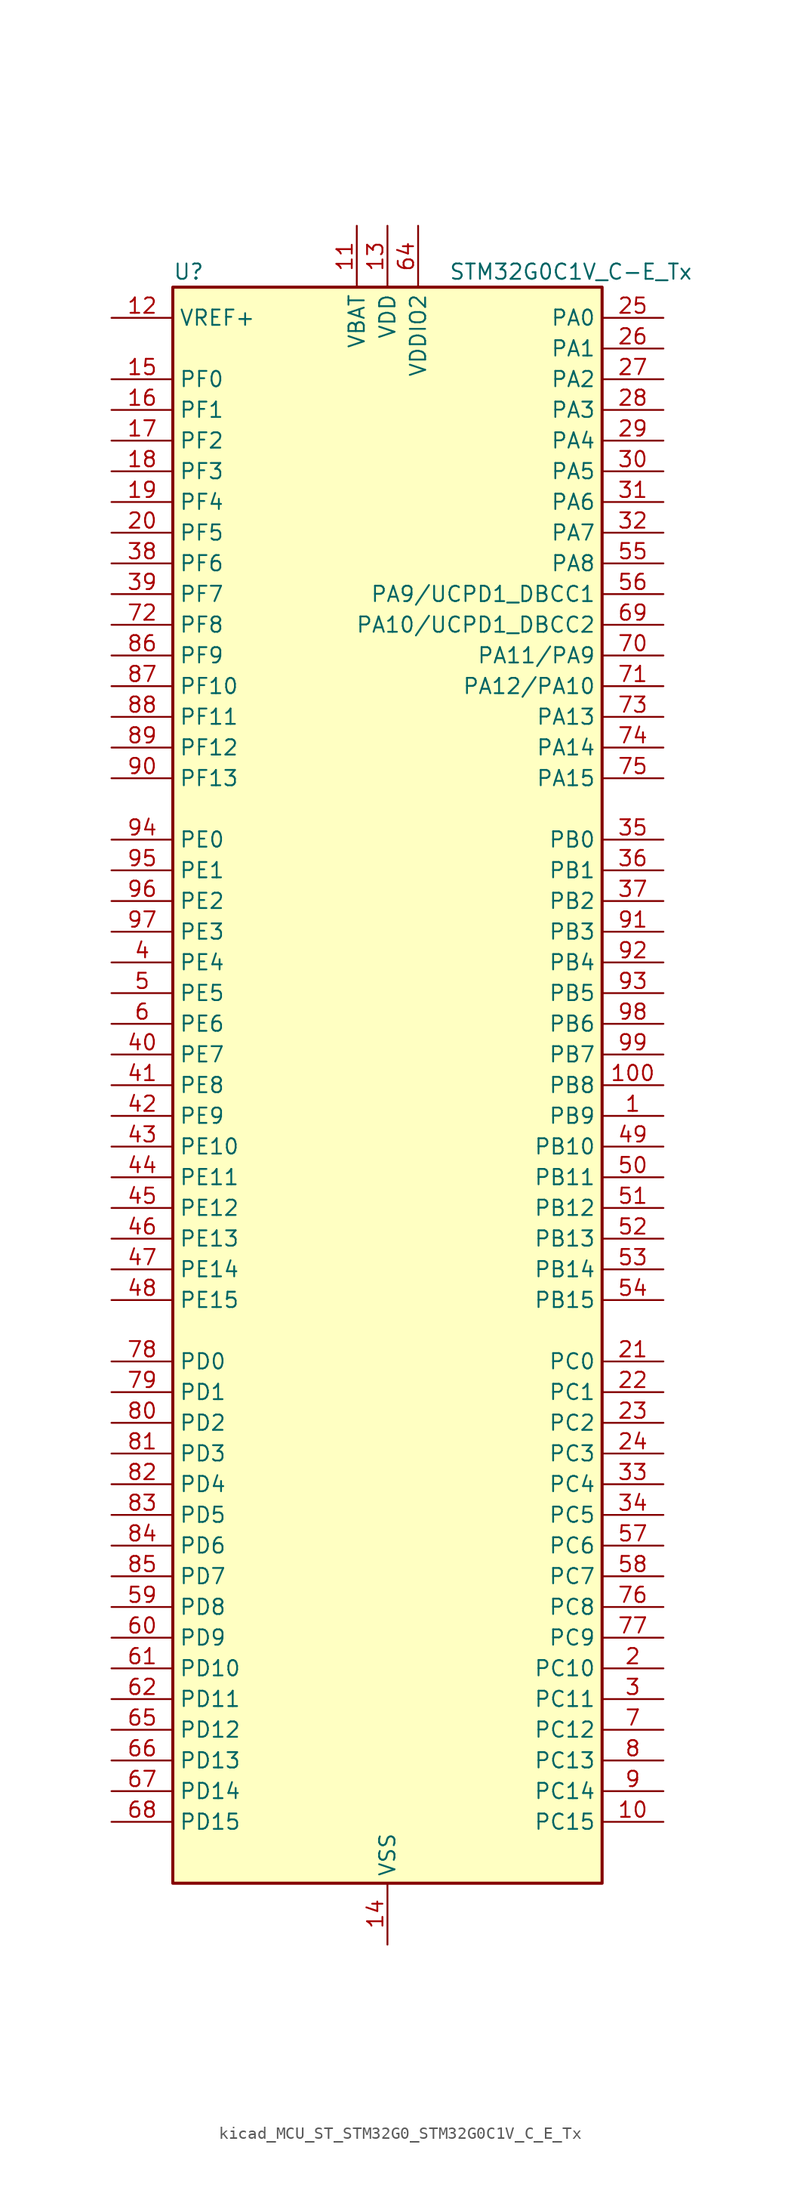
<source format=kicad_sym>
(kicad_symbol_lib
  (version 20220914)
  (generator kicad_symbol_editor)
  (symbol "kicad_MCU_ST_STM32G0_STM32G0C1V_C_E_Tx"
    (property "Reference" "U"
      (at -17.78 67.31 0)
      (effects (font (size 1.27 1.27)) (justify left)))
    (property "Value" "STM32G0C1V_C-E_Tx"
      (at 5.08 67.31 0)
      (effects (font (size 1.27 1.27)) (justify left)))
    (property "ki_locked" ""
      (at 0 0 0)
      (effects (font (size 1.27 1.27))))
    (symbol "kicad_MCU_ST_STM32G0_STM32G0C1V_C_E_Tx_0_1"
      (rectangle (start -17.78 -66.04) (end 17.78 66.04) (stroke (width 0.254) (type default)) (fill (type background))))
    (symbol "kicad_MCU_ST_STM32G0_STM32G0C1V_C_E_Tx_1_1"
      (pin bidirectional line (at 22.86 -2.54 180) (length 5.08) (name "PB9" (effects (font (size 1.27 1.27)))) (number "1" (effects (font (size 1.27 1.27)))) (alternate "DAC1_EXTI9" bidirectional line) (alternate "FDCAN1_TX" bidirectional line) (alternate "I2C1_SDA" bidirectional line) (alternate "I2S2_WS" bidirectional line) (alternate "IR_OUT" bidirectional line) (alternate "SPI2_NSS" bidirectional line) (alternate "TIM17_CH1" bidirectional line) (alternate "TIM4_CH4" bidirectional line) (alternate "UCPD2_FRSTX1" bidirectional line) (alternate "UCPD2_FRSTX2" bidirectional line) (alternate "USART3_RX" bidirectional line) (alternate "USART6_RX" bidirectional line))
      (pin bidirectional line (at 22.86 -60.96 180) (length 5.08) (name "PC15" (effects (font (size 1.27 1.27)))) (number "10" (effects (font (size 1.27 1.27)))) (alternate "RCC_OSC32_EN" bidirectional line) (alternate "RCC_OSC32_OUT" bidirectional line) (alternate "RCC_OSC_EN" bidirectional line) (alternate "TIM15_BK" bidirectional line))
      (pin bidirectional line (at 22.86 0 180) (length 5.08) (name "PB8" (effects (font (size 1.27 1.27)))) (number "100" (effects (font (size 1.27 1.27)))) (alternate "CEC" bidirectional line) (alternate "FDCAN1_RX" bidirectional line) (alternate "I2C1_SCL" bidirectional line) (alternate "I2S2_CK" bidirectional line) (alternate "SPI2_SCK" bidirectional line) (alternate "TIM15_BK" bidirectional line) (alternate "TIM16_CH1" bidirectional line) (alternate "TIM4_CH3" bidirectional line) (alternate "USART3_TX" bidirectional line) (alternate "USART6_TX" bidirectional line))
      (pin power_in line (at -2.54 71.12 270) (length 5.08) (name "VBAT" (effects (font (size 1.27 1.27)))) (number "11" (effects (font (size 1.27 1.27)))))
      (pin input line (at -22.86 63.5 0) (length 5.08) (name "VREF+" (effects (font (size 1.27 1.27)))) (number "12" (effects (font (size 1.27 1.27)))) (alternate "VREFBUF_OUT" bidirectional line))
      (pin power_in line (at 0 71.12 270) (length 5.08) (name "VDD" (effects (font (size 1.27 1.27)))) (number "13" (effects (font (size 1.27 1.27)))))
      (pin power_in line (at 0 -71.12 90) (length 5.08) (name "VSS" (effects (font (size 1.27 1.27)))) (number "14" (effects (font (size 1.27 1.27)))))
      (pin bidirectional line (at -22.86 58.42 0) (length 5.08) (name "PF0" (effects (font (size 1.27 1.27)))) (number "15" (effects (font (size 1.27 1.27)))) (alternate "CRS1_SYNC" bidirectional line) (alternate "RCC_OSC_IN" bidirectional line) (alternate "TIM14_CH1" bidirectional line))
      (pin bidirectional line (at -22.86 55.88 0) (length 5.08) (name "PF1" (effects (font (size 1.27 1.27)))) (number "16" (effects (font (size 1.27 1.27)))) (alternate "RCC_OSC_EN" bidirectional line) (alternate "RCC_OSC_OUT" bidirectional line) (alternate "TIM15_CH1N" bidirectional line))
      (pin bidirectional line (at -22.86 53.34 0) (length 5.08) (name "PF2" (effects (font (size 1.27 1.27)))) (number "17" (effects (font (size 1.27 1.27)))) (alternate "LPUART2_DE" bidirectional line) (alternate "LPUART2_RTS" bidirectional line) (alternate "LPUART2_TX" bidirectional line) (alternate "RCC_MCO" bidirectional line))
      (pin bidirectional line (at -22.86 50.8 0) (length 5.08) (name "PF3" (effects (font (size 1.27 1.27)))) (number "18" (effects (font (size 1.27 1.27)))) (alternate "LPUART2_RX" bidirectional line) (alternate "USART6_CK" bidirectional line) (alternate "USART6_DE" bidirectional line) (alternate "USART6_RTS" bidirectional line))
      (pin bidirectional line (at -22.86 48.26 0) (length 5.08) (name "PF4" (effects (font (size 1.27 1.27)))) (number "19" (effects (font (size 1.27 1.27)))) (alternate "LPUART1_TX" bidirectional line))
      (pin bidirectional line (at 22.86 -48.26 180) (length 5.08) (name "PC10" (effects (font (size 1.27 1.27)))) (number "2" (effects (font (size 1.27 1.27)))) (alternate "SPI3_SCK" bidirectional line) (alternate "TIM1_CH3" bidirectional line) (alternate "USART3_TX" bidirectional line) (alternate "USART4_TX" bidirectional line))
      (pin bidirectional line (at -22.86 45.72 0) (length 5.08) (name "PF5" (effects (font (size 1.27 1.27)))) (number "20" (effects (font (size 1.27 1.27)))) (alternate "LPUART1_RX" bidirectional line))
      (pin bidirectional line (at 22.86 -22.86 180) (length 5.08) (name "PC0" (effects (font (size 1.27 1.27)))) (number "21" (effects (font (size 1.27 1.27)))) (alternate "COMP3_INM" bidirectional line) (alternate "COMP3_OUT" bidirectional line) (alternate "I2C3_SCL" bidirectional line) (alternate "LPTIM1_IN1" bidirectional line) (alternate "LPTIM2_IN1" bidirectional line) (alternate "LPUART1_RX" bidirectional line) (alternate "LPUART2_TX" bidirectional line) (alternate "USART6_TX" bidirectional line))
      (pin bidirectional line (at 22.86 -25.4 180) (length 5.08) (name "PC1" (effects (font (size 1.27 1.27)))) (number "22" (effects (font (size 1.27 1.27)))) (alternate "COMP3_INP" bidirectional line) (alternate "I2C3_SDA" bidirectional line) (alternate "LPTIM1_OUT" bidirectional line) (alternate "LPUART1_TX" bidirectional line) (alternate "LPUART2_RX" bidirectional line) (alternate "TIM15_CH1" bidirectional line) (alternate "USART6_RX" bidirectional line))
      (pin bidirectional line (at 22.86 -27.94 180) (length 5.08) (name "PC2" (effects (font (size 1.27 1.27)))) (number "23" (effects (font (size 1.27 1.27)))) (alternate "COMP3_OUT" bidirectional line) (alternate "FDCAN2_RX" bidirectional line) (alternate "I2S2_MCK" bidirectional line) (alternate "LPTIM1_IN2" bidirectional line) (alternate "SPI2_MISO" bidirectional line) (alternate "TIM15_CH2" bidirectional line))
      (pin bidirectional line (at 22.86 -30.48 180) (length 5.08) (name "PC3" (effects (font (size 1.27 1.27)))) (number "24" (effects (font (size 1.27 1.27)))) (alternate "FDCAN2_TX" bidirectional line) (alternate "I2S2_SD" bidirectional line) (alternate "LPTIM1_ETR" bidirectional line) (alternate "LPTIM2_ETR" bidirectional line) (alternate "SPI2_MOSI" bidirectional line))
      (pin bidirectional line (at 22.86 63.5 180) (length 5.08) (name "PA0" (effects (font (size 1.27 1.27)))) (number "25" (effects (font (size 1.27 1.27)))) (alternate "ADC1_IN0" bidirectional line) (alternate "COMP1_INM" bidirectional line) (alternate "COMP1_OUT" bidirectional line) (alternate "I2S2_CK" bidirectional line) (alternate "LPTIM1_OUT" bidirectional line) (alternate "RTC_TAMP_IN2" bidirectional line) (alternate "SPI2_SCK" bidirectional line) (alternate "SYS_WKUP1" bidirectional line) (alternate "TIM2_CH1" bidirectional line) (alternate "TIM2_ETR" bidirectional line) (alternate "UCPD2_FRSTX1" bidirectional line) (alternate "UCPD2_FRSTX2" bidirectional line) (alternate "USART2_CTS" bidirectional line) (alternate "USART2_NSS" bidirectional line) (alternate "USART4_TX" bidirectional line))
      (pin bidirectional line (at 22.86 60.96 180) (length 5.08) (name "PA1" (effects (font (size 1.27 1.27)))) (number "26" (effects (font (size 1.27 1.27)))) (alternate "ADC1_IN1" bidirectional line) (alternate "COMP1_INP" bidirectional line) (alternate "I2C1_SMBA" bidirectional line) (alternate "I2S1_CK" bidirectional line) (alternate "SPI1_SCK" bidirectional line) (alternate "TIM15_CH1N" bidirectional line) (alternate "TIM2_CH2" bidirectional line) (alternate "USART2_CK" bidirectional line) (alternate "USART2_DE" bidirectional line) (alternate "USART2_RTS" bidirectional line) (alternate "USART4_RX" bidirectional line))
      (pin bidirectional line (at 22.86 58.42 180) (length 5.08) (name "PA2" (effects (font (size 1.27 1.27)))) (number "27" (effects (font (size 1.27 1.27)))) (alternate "ADC1_IN2" bidirectional line) (alternate "COMP2_INM" bidirectional line) (alternate "COMP2_OUT" bidirectional line) (alternate "I2S1_SD" bidirectional line) (alternate "LPUART1_TX" bidirectional line) (alternate "RCC_LSCO" bidirectional line) (alternate "SPI1_MOSI" bidirectional line) (alternate "SYS_WKUP4" bidirectional line) (alternate "TIM15_CH1" bidirectional line) (alternate "TIM2_CH3" bidirectional line) (alternate "UCPD1_FRSTX1" bidirectional line) (alternate "UCPD1_FRSTX2" bidirectional line) (alternate "USART2_TX" bidirectional line))
      (pin bidirectional line (at 22.86 55.88 180) (length 5.08) (name "PA3" (effects (font (size 1.27 1.27)))) (number "28" (effects (font (size 1.27 1.27)))) (alternate "ADC1_IN3" bidirectional line) (alternate "COMP2_INP" bidirectional line) (alternate "I2S2_MCK" bidirectional line) (alternate "LPUART1_RX" bidirectional line) (alternate "SPI2_MISO" bidirectional line) (alternate "TIM15_CH2" bidirectional line) (alternate "TIM2_CH4" bidirectional line) (alternate "UCPD2_FRSTX1" bidirectional line) (alternate "UCPD2_FRSTX2" bidirectional line) (alternate "USART2_RX" bidirectional line))
      (pin bidirectional line (at 22.86 53.34 180) (length 5.08) (name "PA4" (effects (font (size 1.27 1.27)))) (number "29" (effects (font (size 1.27 1.27)))) (alternate "ADC1_IN4" bidirectional line) (alternate "DAC1_OUT1" bidirectional line) (alternate "I2S1_WS" bidirectional line) (alternate "I2S2_SD" bidirectional line) (alternate "LPTIM2_OUT" bidirectional line) (alternate "RTC_OUT2" bidirectional line) (alternate "SPI1_NSS" bidirectional line) (alternate "SPI2_MOSI" bidirectional line) (alternate "SPI3_NSS" bidirectional line) (alternate "TIM14_CH1" bidirectional line) (alternate "UCPD2_FRSTX1" bidirectional line) (alternate "UCPD2_FRSTX2" bidirectional line) (alternate "USART6_TX" bidirectional line) (alternate "USB_NOE" bidirectional line))
      (pin bidirectional line (at 22.86 -50.8 180) (length 5.08) (name "PC11" (effects (font (size 1.27 1.27)))) (number "3" (effects (font (size 1.27 1.27)))) (alternate "ADC1_EXTI11" bidirectional line) (alternate "SPI3_MISO" bidirectional line) (alternate "TIM1_CH4" bidirectional line) (alternate "USART3_RX" bidirectional line) (alternate "USART4_RX" bidirectional line))
      (pin bidirectional line (at 22.86 50.8 180) (length 5.08) (name "PA5" (effects (font (size 1.27 1.27)))) (number "30" (effects (font (size 1.27 1.27)))) (alternate "ADC1_IN5" bidirectional line) (alternate "CEC" bidirectional line) (alternate "DAC1_OUT2" bidirectional line) (alternate "I2S1_CK" bidirectional line) (alternate "LPTIM2_ETR" bidirectional line) (alternate "SPI1_SCK" bidirectional line) (alternate "TIM2_CH1" bidirectional line) (alternate "TIM2_ETR" bidirectional line) (alternate "UCPD1_FRSTX1" bidirectional line) (alternate "UCPD1_FRSTX2" bidirectional line) (alternate "USART3_TX" bidirectional line) (alternate "USART6_RX" bidirectional line))
      (pin bidirectional line (at 22.86 48.26 180) (length 5.08) (name "PA6" (effects (font (size 1.27 1.27)))) (number "31" (effects (font (size 1.27 1.27)))) (alternate "ADC1_IN6" bidirectional line) (alternate "COMP1_OUT" bidirectional line) (alternate "I2C2_SDA" bidirectional line) (alternate "I2C3_SDA" bidirectional line) (alternate "I2S1_MCK" bidirectional line) (alternate "LPUART1_CTS" bidirectional line) (alternate "SPI1_MISO" bidirectional line) (alternate "TIM16_CH1" bidirectional line) (alternate "TIM1_BK" bidirectional line) (alternate "TIM3_CH1" bidirectional line) (alternate "USART3_CTS" bidirectional line) (alternate "USART3_NSS" bidirectional line) (alternate "USART6_CTS" bidirectional line) (alternate "USART6_NSS" bidirectional line))
      (pin bidirectional line (at 22.86 45.72 180) (length 5.08) (name "PA7" (effects (font (size 1.27 1.27)))) (number "32" (effects (font (size 1.27 1.27)))) (alternate "ADC1_IN7" bidirectional line) (alternate "COMP2_OUT" bidirectional line) (alternate "I2C2_SCL" bidirectional line) (alternate "I2C3_SCL" bidirectional line) (alternate "I2S1_SD" bidirectional line) (alternate "SPI1_MOSI" bidirectional line) (alternate "TIM14_CH1" bidirectional line) (alternate "TIM17_CH1" bidirectional line) (alternate "TIM1_CH1N" bidirectional line) (alternate "TIM3_CH2" bidirectional line) (alternate "UCPD1_FRSTX1" bidirectional line) (alternate "UCPD1_FRSTX2" bidirectional line) (alternate "USART6_CK" bidirectional line) (alternate "USART6_DE" bidirectional line) (alternate "USART6_RTS" bidirectional line))
      (pin bidirectional line (at 22.86 -33.02 180) (length 5.08) (name "PC4" (effects (font (size 1.27 1.27)))) (number "33" (effects (font (size 1.27 1.27)))) (alternate "ADC1_IN17" bidirectional line) (alternate "COMP1_INM" bidirectional line) (alternate "FDCAN1_RX" bidirectional line) (alternate "TIM2_CH1" bidirectional line) (alternate "TIM2_ETR" bidirectional line) (alternate "USART1_TX" bidirectional line) (alternate "USART3_TX" bidirectional line))
      (pin bidirectional line (at 22.86 -35.56 180) (length 5.08) (name "PC5" (effects (font (size 1.27 1.27)))) (number "34" (effects (font (size 1.27 1.27)))) (alternate "ADC1_IN18" bidirectional line) (alternate "COMP1_INP" bidirectional line) (alternate "FDCAN1_TX" bidirectional line) (alternate "SYS_WKUP5" bidirectional line) (alternate "TIM2_CH2" bidirectional line) (alternate "USART1_RX" bidirectional line) (alternate "USART3_RX" bidirectional line))
      (pin bidirectional line (at 22.86 20.32 180) (length 5.08) (name "PB0" (effects (font (size 1.27 1.27)))) (number "35" (effects (font (size 1.27 1.27)))) (alternate "ADC1_IN8" bidirectional line) (alternate "COMP1_OUT" bidirectional line) (alternate "COMP3_INP" bidirectional line) (alternate "FDCAN2_RX" bidirectional line) (alternate "I2S1_WS" bidirectional line) (alternate "LPTIM1_OUT" bidirectional line) (alternate "LPUART2_CTS" bidirectional line) (alternate "SPI1_NSS" bidirectional line) (alternate "TIM1_CH2N" bidirectional line) (alternate "TIM3_CH3" bidirectional line) (alternate "UCPD1_FRSTX1" bidirectional line) (alternate "UCPD1_FRSTX2" bidirectional line) (alternate "USART3_RX" bidirectional line) (alternate "USART5_TX" bidirectional line))
      (pin bidirectional line (at 22.86 17.78 180) (length 5.08) (name "PB1" (effects (font (size 1.27 1.27)))) (number "36" (effects (font (size 1.27 1.27)))) (alternate "ADC1_IN9" bidirectional line) (alternate "COMP1_INM" bidirectional line) (alternate "COMP3_OUT" bidirectional line) (alternate "FDCAN2_TX" bidirectional line) (alternate "LPTIM2_IN1" bidirectional line) (alternate "LPUART1_DE" bidirectional line) (alternate "LPUART1_RTS" bidirectional line) (alternate "LPUART2_DE" bidirectional line) (alternate "LPUART2_RTS" bidirectional line) (alternate "TIM14_CH1" bidirectional line) (alternate "TIM1_CH3N" bidirectional line) (alternate "TIM3_CH4" bidirectional line) (alternate "USART3_CK" bidirectional line) (alternate "USART3_DE" bidirectional line) (alternate "USART3_RTS" bidirectional line) (alternate "USART5_RX" bidirectional line))
      (pin bidirectional line (at 22.86 15.24 180) (length 5.08) (name "PB2" (effects (font (size 1.27 1.27)))) (number "37" (effects (font (size 1.27 1.27)))) (alternate "ADC1_IN10" bidirectional line) (alternate "COMP1_INP" bidirectional line) (alternate "COMP3_INM" bidirectional line) (alternate "I2S2_MCK" bidirectional line) (alternate "LPTIM1_OUT" bidirectional line) (alternate "RCC_MCO_2" bidirectional line) (alternate "SPI2_MISO" bidirectional line) (alternate "USART3_TX" bidirectional line))
      (pin bidirectional line (at -22.86 43.18 0) (length 5.08) (name "PF6" (effects (font (size 1.27 1.27)))) (number "38" (effects (font (size 1.27 1.27)))) (alternate "LPUART1_DE" bidirectional line) (alternate "LPUART1_RTS" bidirectional line))
      (pin bidirectional line (at -22.86 40.64 0) (length 5.08) (name "PF7" (effects (font (size 1.27 1.27)))) (number "39" (effects (font (size 1.27 1.27)))) (alternate "LPUART1_CTS" bidirectional line) (alternate "USART5_CTS" bidirectional line) (alternate "USART5_NSS" bidirectional line))
      (pin bidirectional line (at -22.86 10.16 0) (length 5.08) (name "PE4" (effects (font (size 1.27 1.27)))) (number "4" (effects (font (size 1.27 1.27)))) (alternate "TIM3_CH2" bidirectional line))
      (pin bidirectional line (at -22.86 2.54 0) (length 5.08) (name "PE7" (effects (font (size 1.27 1.27)))) (number "40" (effects (font (size 1.27 1.27)))) (alternate "COMP3_INP" bidirectional line) (alternate "TIM1_ETR" bidirectional line) (alternate "USART5_CK" bidirectional line) (alternate "USART5_DE" bidirectional line) (alternate "USART5_RTS" bidirectional line))
      (pin bidirectional line (at -22.86 0 0) (length 5.08) (name "PE8" (effects (font (size 1.27 1.27)))) (number "41" (effects (font (size 1.27 1.27)))) (alternate "COMP3_INM" bidirectional line) (alternate "TIM1_CH1N" bidirectional line) (alternate "USART4_TX" bidirectional line))
      (pin bidirectional line (at -22.86 -2.54 0) (length 5.08) (name "PE9" (effects (font (size 1.27 1.27)))) (number "42" (effects (font (size 1.27 1.27)))) (alternate "DAC1_EXTI9" bidirectional line) (alternate "TIM1_CH1" bidirectional line) (alternate "USART4_RX" bidirectional line))
      (pin bidirectional line (at -22.86 -5.08 0) (length 5.08) (name "PE10" (effects (font (size 1.27 1.27)))) (number "43" (effects (font (size 1.27 1.27)))) (alternate "TIM1_CH2N" bidirectional line) (alternate "USART5_TX" bidirectional line))
      (pin bidirectional line (at -22.86 -7.62 0) (length 5.08) (name "PE11" (effects (font (size 1.27 1.27)))) (number "44" (effects (font (size 1.27 1.27)))) (alternate "ADC1_EXTI11" bidirectional line) (alternate "TIM1_CH2" bidirectional line) (alternate "USART5_RX" bidirectional line))
      (pin bidirectional line (at -22.86 -10.16 0) (length 5.08) (name "PE12" (effects (font (size 1.27 1.27)))) (number "45" (effects (font (size 1.27 1.27)))) (alternate "I2S1_WS" bidirectional line) (alternate "SPI1_NSS" bidirectional line) (alternate "TIM1_CH3N" bidirectional line))
      (pin bidirectional line (at -22.86 -12.7 0) (length 5.08) (name "PE13" (effects (font (size 1.27 1.27)))) (number "46" (effects (font (size 1.27 1.27)))) (alternate "I2S1_CK" bidirectional line) (alternate "SPI1_SCK" bidirectional line) (alternate "TIM1_CH3" bidirectional line))
      (pin bidirectional line (at -22.86 -15.24 0) (length 5.08) (name "PE14" (effects (font (size 1.27 1.27)))) (number "47" (effects (font (size 1.27 1.27)))) (alternate "I2S1_MCK" bidirectional line) (alternate "SPI1_MISO" bidirectional line) (alternate "TIM1_BK2" bidirectional line) (alternate "TIM1_CH4" bidirectional line))
      (pin bidirectional line (at -22.86 -17.78 0) (length 5.08) (name "PE15" (effects (font (size 1.27 1.27)))) (number "48" (effects (font (size 1.27 1.27)))) (alternate "I2S1_SD" bidirectional line) (alternate "SPI1_MOSI" bidirectional line) (alternate "TIM1_BK" bidirectional line))
      (pin bidirectional line (at 22.86 -5.08 180) (length 5.08) (name "PB10" (effects (font (size 1.27 1.27)))) (number "49" (effects (font (size 1.27 1.27)))) (alternate "ADC1_IN11" bidirectional line) (alternate "CEC" bidirectional line) (alternate "COMP1_OUT" bidirectional line) (alternate "I2C2_SCL" bidirectional line) (alternate "I2S2_CK" bidirectional line) (alternate "LPUART1_RX" bidirectional line) (alternate "SPI2_SCK" bidirectional line) (alternate "TIM2_CH3" bidirectional line) (alternate "USART3_TX" bidirectional line))
      (pin bidirectional line (at -22.86 7.62 0) (length 5.08) (name "PE5" (effects (font (size 1.27 1.27)))) (number "5" (effects (font (size 1.27 1.27)))) (alternate "TIM3_CH3" bidirectional line))
      (pin bidirectional line (at 22.86 -7.62 180) (length 5.08) (name "PB11" (effects (font (size 1.27 1.27)))) (number "50" (effects (font (size 1.27 1.27)))) (alternate "ADC1_EXTI11" bidirectional line) (alternate "ADC1_IN15" bidirectional line) (alternate "COMP2_OUT" bidirectional line) (alternate "I2C2_SDA" bidirectional line) (alternate "I2S2_SD" bidirectional line) (alternate "LPUART1_TX" bidirectional line) (alternate "SPI2_MOSI" bidirectional line) (alternate "TIM2_CH4" bidirectional line) (alternate "USART3_RX" bidirectional line))
      (pin bidirectional line (at 22.86 -10.16 180) (length 5.08) (name "PB12" (effects (font (size 1.27 1.27)))) (number "51" (effects (font (size 1.27 1.27)))) (alternate "ADC1_IN16" bidirectional line) (alternate "FDCAN2_RX" bidirectional line) (alternate "I2C2_SMBA" bidirectional line) (alternate "I2S2_WS" bidirectional line) (alternate "LPUART1_DE" bidirectional line) (alternate "LPUART1_RTS" bidirectional line) (alternate "SPI2_NSS" bidirectional line) (alternate "TIM15_BK" bidirectional line) (alternate "TIM1_BK" bidirectional line) (alternate "UCPD2_FRSTX1" bidirectional line) (alternate "UCPD2_FRSTX2" bidirectional line))
      (pin bidirectional line (at 22.86 -12.7 180) (length 5.08) (name "PB13" (effects (font (size 1.27 1.27)))) (number "52" (effects (font (size 1.27 1.27)))) (alternate "FDCAN2_TX" bidirectional line) (alternate "I2C2_SCL" bidirectional line) (alternate "I2S2_CK" bidirectional line) (alternate "LPUART1_CTS" bidirectional line) (alternate "SPI2_SCK" bidirectional line) (alternate "TIM15_CH1N" bidirectional line) (alternate "TIM1_CH1N" bidirectional line) (alternate "USART3_CTS" bidirectional line) (alternate "USART3_NSS" bidirectional line))
      (pin bidirectional line (at 22.86 -15.24 180) (length 5.08) (name "PB14" (effects (font (size 1.27 1.27)))) (number "53" (effects (font (size 1.27 1.27)))) (alternate "I2C2_SDA" bidirectional line) (alternate "I2S2_MCK" bidirectional line) (alternate "SPI2_MISO" bidirectional line) (alternate "TIM15_CH1" bidirectional line) (alternate "TIM1_CH2N" bidirectional line) (alternate "UCPD1_FRSTX1" bidirectional line) (alternate "UCPD1_FRSTX2" bidirectional line) (alternate "USART3_CK" bidirectional line) (alternate "USART3_DE" bidirectional line) (alternate "USART3_RTS" bidirectional line) (alternate "USART6_CK" bidirectional line) (alternate "USART6_DE" bidirectional line) (alternate "USART6_RTS" bidirectional line))
      (pin bidirectional line (at 22.86 -17.78 180) (length 5.08) (name "PB15" (effects (font (size 1.27 1.27)))) (number "54" (effects (font (size 1.27 1.27)))) (alternate "I2S2_SD" bidirectional line) (alternate "RTC_REFIN" bidirectional line) (alternate "SPI2_MOSI" bidirectional line) (alternate "TIM15_CH1N" bidirectional line) (alternate "TIM15_CH2" bidirectional line) (alternate "TIM1_CH3N" bidirectional line) (alternate "UCPD1_CC2" bidirectional line) (alternate "USART6_CTS" bidirectional line) (alternate "USART6_NSS" bidirectional line))
      (pin bidirectional line (at 22.86 43.18 180) (length 5.08) (name "PA8" (effects (font (size 1.27 1.27)))) (number "55" (effects (font (size 1.27 1.27)))) (alternate "CRS1_SYNC" bidirectional line) (alternate "I2C2_SMBA" bidirectional line) (alternate "I2S2_WS" bidirectional line) (alternate "LPTIM2_OUT" bidirectional line) (alternate "RCC_MCO" bidirectional line) (alternate "SPI2_NSS" bidirectional line) (alternate "TIM1_CH1" bidirectional line) (alternate "UCPD1_CC1" bidirectional line))
      (pin bidirectional line (at 22.86 40.64 180) (length 5.08) (name "PA9/UCPD1_DBCC1" (effects (font (size 1.27 1.27)))) (number "56" (effects (font (size 1.27 1.27)))) (alternate "DAC1_EXTI9" bidirectional line) (alternate "I2C1_SCL" bidirectional line) (alternate "I2C2_SCL" bidirectional line) (alternate "I2S2_MCK" bidirectional line) (alternate "RCC_MCO" bidirectional line) (alternate "SPI2_MISO" bidirectional line) (alternate "TIM15_BK" bidirectional line) (alternate "TIM1_CH2" bidirectional line) (alternate "UCPD1_DBCC1" bidirectional line) (alternate "USART1_TX" bidirectional line))
      (pin bidirectional line (at 22.86 -38.1 180) (length 5.08) (name "PC6" (effects (font (size 1.27 1.27)))) (number "57" (effects (font (size 1.27 1.27)))) (alternate "LPUART2_TX" bidirectional line) (alternate "TIM2_CH3" bidirectional line) (alternate "TIM3_CH1" bidirectional line) (alternate "UCPD1_FRSTX1" bidirectional line) (alternate "UCPD1_FRSTX2" bidirectional line))
      (pin bidirectional line (at 22.86 -40.64 180) (length 5.08) (name "PC7" (effects (font (size 1.27 1.27)))) (number "58" (effects (font (size 1.27 1.27)))) (alternate "LPUART2_RX" bidirectional line) (alternate "TIM2_CH4" bidirectional line) (alternate "TIM3_CH2" bidirectional line) (alternate "UCPD2_FRSTX1" bidirectional line) (alternate "UCPD2_FRSTX2" bidirectional line))
      (pin bidirectional line (at -22.86 -43.18 0) (length 5.08) (name "PD8" (effects (font (size 1.27 1.27)))) (number "59" (effects (font (size 1.27 1.27)))) (alternate "I2S1_CK" bidirectional line) (alternate "LPTIM1_OUT" bidirectional line) (alternate "SPI1_SCK" bidirectional line) (alternate "USART3_TX" bidirectional line))
      (pin bidirectional line (at -22.86 5.08 0) (length 5.08) (name "PE6" (effects (font (size 1.27 1.27)))) (number "6" (effects (font (size 1.27 1.27)))) (alternate "RTC_TAMP_IN3" bidirectional line) (alternate "SYS_WKUP3" bidirectional line) (alternate "TIM3_CH4" bidirectional line))
      (pin bidirectional line (at -22.86 -45.72 0) (length 5.08) (name "PD9" (effects (font (size 1.27 1.27)))) (number "60" (effects (font (size 1.27 1.27)))) (alternate "DAC1_EXTI9" bidirectional line) (alternate "I2S1_WS" bidirectional line) (alternate "SPI1_NSS" bidirectional line) (alternate "TIM1_BK2" bidirectional line) (alternate "USART3_RX" bidirectional line))
      (pin bidirectional line (at -22.86 -48.26 0) (length 5.08) (name "PD10" (effects (font (size 1.27 1.27)))) (number "61" (effects (font (size 1.27 1.27)))) (alternate "RCC_MCO" bidirectional line))
      (pin bidirectional line (at -22.86 -50.8 0) (length 5.08) (name "PD11" (effects (font (size 1.27 1.27)))) (number "62" (effects (font (size 1.27 1.27)))) (alternate "ADC1_EXTI11" bidirectional line) (alternate "LPTIM2_ETR" bidirectional line) (alternate "USART3_CTS" bidirectional line) (alternate "USART3_NSS" bidirectional line))
      (pin passive line (at 0 -71.12 90) (length 5.08) hide (name "VSS" (effects (font (size 1.27 1.27)))) (number "63" (effects (font (size 1.27 1.27)))))
      (pin power_in line (at 2.54 71.12 270) (length 5.08) (name "VDDIO2" (effects (font (size 1.27 1.27)))) (number "64" (effects (font (size 1.27 1.27)))))
      (pin bidirectional line (at -22.86 -53.34 0) (length 5.08) (name "PD12" (effects (font (size 1.27 1.27)))) (number "65" (effects (font (size 1.27 1.27)))) (alternate "FDCAN1_RX" bidirectional line) (alternate "LPTIM2_IN1" bidirectional line) (alternate "TIM4_CH1" bidirectional line) (alternate "USART3_CK" bidirectional line) (alternate "USART3_DE" bidirectional line) (alternate "USART3_RTS" bidirectional line))
      (pin bidirectional line (at -22.86 -55.88 0) (length 5.08) (name "PD13" (effects (font (size 1.27 1.27)))) (number "66" (effects (font (size 1.27 1.27)))) (alternate "FDCAN1_TX" bidirectional line) (alternate "LPTIM2_OUT" bidirectional line) (alternate "TIM4_CH2" bidirectional line))
      (pin bidirectional line (at -22.86 -58.42 0) (length 5.08) (name "PD14" (effects (font (size 1.27 1.27)))) (number "67" (effects (font (size 1.27 1.27)))) (alternate "FDCAN2_RX" bidirectional line) (alternate "LPUART2_CTS" bidirectional line) (alternate "TIM4_CH3" bidirectional line))
      (pin bidirectional line (at -22.86 -60.96 0) (length 5.08) (name "PD15" (effects (font (size 1.27 1.27)))) (number "68" (effects (font (size 1.27 1.27)))) (alternate "CRS1_SYNC" bidirectional line) (alternate "FDCAN2_TX" bidirectional line) (alternate "LPUART2_DE" bidirectional line) (alternate "LPUART2_RTS" bidirectional line) (alternate "TIM4_CH4" bidirectional line))
      (pin bidirectional line (at 22.86 38.1 180) (length 5.08) (name "PA10/UCPD1_DBCC2" (effects (font (size 1.27 1.27)))) (number "69" (effects (font (size 1.27 1.27)))) (alternate "I2C1_SDA" bidirectional line) (alternate "I2C2_SDA" bidirectional line) (alternate "I2S2_SD" bidirectional line) (alternate "RCC_MCO_2" bidirectional line) (alternate "SPI2_MOSI" bidirectional line) (alternate "TIM17_BK" bidirectional line) (alternate "TIM1_CH3" bidirectional line) (alternate "UCPD1_DBCC2" bidirectional line) (alternate "USART1_RX" bidirectional line))
      (pin bidirectional line (at 22.86 -53.34 180) (length 5.08) (name "PC12" (effects (font (size 1.27 1.27)))) (number "7" (effects (font (size 1.27 1.27)))) (alternate "LPTIM1_IN1" bidirectional line) (alternate "SPI3_MOSI" bidirectional line) (alternate "TIM14_CH1" bidirectional line) (alternate "UCPD1_FRSTX1" bidirectional line) (alternate "UCPD1_FRSTX2" bidirectional line) (alternate "USART5_TX" bidirectional line))
      (pin bidirectional line (at 22.86 35.56 180) (length 5.08) (name "PA11/PA9" (effects (font (size 1.27 1.27)))) (number "70" (effects (font (size 1.27 1.27)))) (alternate "ADC1_EXTI11" bidirectional line) (alternate "COMP1_OUT" bidirectional line) (alternate "FDCAN1_RX" bidirectional line) (alternate "I2C2_SCL" bidirectional line) (alternate "I2S1_MCK" bidirectional line) (alternate "SPI1_MISO" bidirectional line) (alternate "TIM1_BK2" bidirectional line) (alternate "TIM1_CH4" bidirectional line) (alternate "USART1_CTS" bidirectional line) (alternate "USART1_NSS" bidirectional line) (alternate "USB_DM" bidirectional line))
      (pin bidirectional line (at 22.86 33.02 180) (length 5.08) (name "PA12/PA10" (effects (font (size 1.27 1.27)))) (number "71" (effects (font (size 1.27 1.27)))) (alternate "COMP2_OUT" bidirectional line) (alternate "FDCAN1_TX" bidirectional line) (alternate "I2C2_SDA" bidirectional line) (alternate "I2S1_SD" bidirectional line) (alternate "I2S_CKIN" bidirectional line) (alternate "SPI1_MOSI" bidirectional line) (alternate "TIM1_ETR" bidirectional line) (alternate "USART1_CK" bidirectional line) (alternate "USART1_DE" bidirectional line) (alternate "USART1_RTS" bidirectional line) (alternate "USB_DP" bidirectional line))
      (pin bidirectional line (at -22.86 38.1 0) (length 5.08) (name "PF8" (effects (font (size 1.27 1.27)))) (number "72" (effects (font (size 1.27 1.27)))))
      (pin bidirectional line (at 22.86 30.48 180) (length 5.08) (name "PA13" (effects (font (size 1.27 1.27)))) (number "73" (effects (font (size 1.27 1.27)))) (alternate "IR_OUT" bidirectional line) (alternate "LPUART2_RX" bidirectional line) (alternate "SYS_SWDIO" bidirectional line) (alternate "USB_NOE" bidirectional line))
      (pin bidirectional line (at 22.86 27.94 180) (length 5.08) (name "PA14" (effects (font (size 1.27 1.27)))) (number "74" (effects (font (size 1.27 1.27)))) (alternate "LPUART2_TX" bidirectional line) (alternate "SYS_SWCLK" bidirectional line) (alternate "USART2_TX" bidirectional line))
      (pin bidirectional line (at 22.86 25.4 180) (length 5.08) (name "PA15" (effects (font (size 1.27 1.27)))) (number "75" (effects (font (size 1.27 1.27)))) (alternate "I2C2_SMBA" bidirectional line) (alternate "I2S1_WS" bidirectional line) (alternate "RCC_MCO_2" bidirectional line) (alternate "SPI1_NSS" bidirectional line) (alternate "SPI3_NSS" bidirectional line) (alternate "TIM2_CH1" bidirectional line) (alternate "TIM2_ETR" bidirectional line) (alternate "USART2_RX" bidirectional line) (alternate "USART3_CK" bidirectional line) (alternate "USART3_DE" bidirectional line) (alternate "USART3_RTS" bidirectional line) (alternate "USART4_CK" bidirectional line) (alternate "USART4_DE" bidirectional line) (alternate "USART4_RTS" bidirectional line) (alternate "USB_NOE" bidirectional line))
      (pin bidirectional line (at 22.86 -43.18 180) (length 5.08) (name "PC8" (effects (font (size 1.27 1.27)))) (number "76" (effects (font (size 1.27 1.27)))) (alternate "LPUART2_CTS" bidirectional line) (alternate "TIM1_CH1" bidirectional line) (alternate "TIM3_CH3" bidirectional line) (alternate "UCPD2_FRSTX1" bidirectional line) (alternate "UCPD2_FRSTX2" bidirectional line))
      (pin bidirectional line (at 22.86 -45.72 180) (length 5.08) (name "PC9" (effects (font (size 1.27 1.27)))) (number "77" (effects (font (size 1.27 1.27)))) (alternate "DAC1_EXTI9" bidirectional line) (alternate "I2S_CKIN" bidirectional line) (alternate "LPUART2_DE" bidirectional line) (alternate "LPUART2_RTS" bidirectional line) (alternate "TIM1_CH2" bidirectional line) (alternate "TIM3_CH4" bidirectional line) (alternate "USB_NOE" bidirectional line))
      (pin bidirectional line (at -22.86 -22.86 0) (length 5.08) (name "PD0" (effects (font (size 1.27 1.27)))) (number "78" (effects (font (size 1.27 1.27)))) (alternate "FDCAN1_RX" bidirectional line) (alternate "I2S2_WS" bidirectional line) (alternate "SPI2_NSS" bidirectional line) (alternate "TIM16_CH1" bidirectional line) (alternate "UCPD2_CC1" bidirectional line))
      (pin bidirectional line (at -22.86 -25.4 0) (length 5.08) (name "PD1" (effects (font (size 1.27 1.27)))) (number "79" (effects (font (size 1.27 1.27)))) (alternate "FDCAN1_TX" bidirectional line) (alternate "I2S2_CK" bidirectional line) (alternate "SPI2_SCK" bidirectional line) (alternate "TIM17_CH1" bidirectional line) (alternate "UCPD2_DBCC1" bidirectional line))
      (pin bidirectional line (at 22.86 -55.88 180) (length 5.08) (name "PC13" (effects (font (size 1.27 1.27)))) (number "8" (effects (font (size 1.27 1.27)))) (alternate "RTC_OUT1" bidirectional line) (alternate "RTC_TAMP_IN1" bidirectional line) (alternate "RTC_TS" bidirectional line) (alternate "SYS_WKUP2" bidirectional line) (alternate "TIM1_BK" bidirectional line))
      (pin bidirectional line (at -22.86 -27.94 0) (length 5.08) (name "PD2" (effects (font (size 1.27 1.27)))) (number "80" (effects (font (size 1.27 1.27)))) (alternate "TIM1_CH1N" bidirectional line) (alternate "TIM3_ETR" bidirectional line) (alternate "UCPD2_CC2" bidirectional line) (alternate "USART3_CK" bidirectional line) (alternate "USART3_DE" bidirectional line) (alternate "USART3_RTS" bidirectional line) (alternate "USART5_RX" bidirectional line))
      (pin bidirectional line (at -22.86 -30.48 0) (length 5.08) (name "PD3" (effects (font (size 1.27 1.27)))) (number "81" (effects (font (size 1.27 1.27)))) (alternate "I2S2_MCK" bidirectional line) (alternate "SPI2_MISO" bidirectional line) (alternate "TIM1_CH2N" bidirectional line) (alternate "UCPD2_DBCC2" bidirectional line) (alternate "USART2_CTS" bidirectional line) (alternate "USART2_NSS" bidirectional line) (alternate "USART5_TX" bidirectional line))
      (pin bidirectional line (at -22.86 -33.02 0) (length 5.08) (name "PD4" (effects (font (size 1.27 1.27)))) (number "82" (effects (font (size 1.27 1.27)))) (alternate "I2S2_SD" bidirectional line) (alternate "SPI2_MOSI" bidirectional line) (alternate "TIM1_CH3N" bidirectional line) (alternate "USART2_CK" bidirectional line) (alternate "USART2_DE" bidirectional line) (alternate "USART2_RTS" bidirectional line) (alternate "USART5_CK" bidirectional line) (alternate "USART5_DE" bidirectional line) (alternate "USART5_RTS" bidirectional line))
      (pin bidirectional line (at -22.86 -35.56 0) (length 5.08) (name "PD5" (effects (font (size 1.27 1.27)))) (number "83" (effects (font (size 1.27 1.27)))) (alternate "I2S1_MCK" bidirectional line) (alternate "SPI1_MISO" bidirectional line) (alternate "TIM1_BK" bidirectional line) (alternate "USART2_TX" bidirectional line) (alternate "USART5_CTS" bidirectional line) (alternate "USART5_NSS" bidirectional line))
      (pin bidirectional line (at -22.86 -38.1 0) (length 5.08) (name "PD6" (effects (font (size 1.27 1.27)))) (number "84" (effects (font (size 1.27 1.27)))) (alternate "I2S1_SD" bidirectional line) (alternate "LPTIM2_OUT" bidirectional line) (alternate "SPI1_MOSI" bidirectional line) (alternate "USART2_RX" bidirectional line))
      (pin bidirectional line (at -22.86 -40.64 0) (length 5.08) (name "PD7" (effects (font (size 1.27 1.27)))) (number "85" (effects (font (size 1.27 1.27)))) (alternate "RCC_MCO_2" bidirectional line))
      (pin bidirectional line (at -22.86 35.56 0) (length 5.08) (name "PF9" (effects (font (size 1.27 1.27)))) (number "86" (effects (font (size 1.27 1.27)))) (alternate "DAC1_EXTI9" bidirectional line) (alternate "USART6_TX" bidirectional line))
      (pin bidirectional line (at -22.86 33.02 0) (length 5.08) (name "PF10" (effects (font (size 1.27 1.27)))) (number "87" (effects (font (size 1.27 1.27)))) (alternate "USART6_RX" bidirectional line))
      (pin bidirectional line (at -22.86 30.48 0) (length 5.08) (name "PF11" (effects (font (size 1.27 1.27)))) (number "88" (effects (font (size 1.27 1.27)))) (alternate "ADC1_EXTI11" bidirectional line) (alternate "USART6_CK" bidirectional line) (alternate "USART6_DE" bidirectional line) (alternate "USART6_RTS" bidirectional line))
      (pin bidirectional line (at -22.86 27.94 0) (length 5.08) (name "PF12" (effects (font (size 1.27 1.27)))) (number "89" (effects (font (size 1.27 1.27)))) (alternate "TIM15_CH1" bidirectional line) (alternate "USART6_CTS" bidirectional line) (alternate "USART6_NSS" bidirectional line))
      (pin bidirectional line (at 22.86 -58.42 180) (length 5.08) (name "PC14" (effects (font (size 1.27 1.27)))) (number "9" (effects (font (size 1.27 1.27)))) (alternate "RCC_OSC32_IN" bidirectional line) (alternate "TIM1_BK2" bidirectional line))
      (pin bidirectional line (at -22.86 25.4 0) (length 5.08) (name "PF13" (effects (font (size 1.27 1.27)))) (number "90" (effects (font (size 1.27 1.27)))) (alternate "TIM15_CH2" bidirectional line))
      (pin bidirectional line (at 22.86 12.7 180) (length 5.08) (name "PB3" (effects (font (size 1.27 1.27)))) (number "91" (effects (font (size 1.27 1.27)))) (alternate "COMP2_INM" bidirectional line) (alternate "I2C2_SCL" bidirectional line) (alternate "I2C3_SCL" bidirectional line) (alternate "I2S1_CK" bidirectional line) (alternate "SPI1_SCK" bidirectional line) (alternate "SPI3_SCK" bidirectional line) (alternate "TIM1_CH2" bidirectional line) (alternate "TIM2_CH2" bidirectional line) (alternate "USART1_CK" bidirectional line) (alternate "USART1_DE" bidirectional line) (alternate "USART1_RTS" bidirectional line) (alternate "USART5_TX" bidirectional line))
      (pin bidirectional line (at 22.86 10.16 180) (length 5.08) (name "PB4" (effects (font (size 1.27 1.27)))) (number "92" (effects (font (size 1.27 1.27)))) (alternate "COMP2_INP" bidirectional line) (alternate "I2C2_SDA" bidirectional line) (alternate "I2C3_SDA" bidirectional line) (alternate "I2S1_MCK" bidirectional line) (alternate "SPI1_MISO" bidirectional line) (alternate "SPI3_MISO" bidirectional line) (alternate "TIM17_BK" bidirectional line) (alternate "TIM3_CH1" bidirectional line) (alternate "USART1_CTS" bidirectional line) (alternate "USART1_NSS" bidirectional line) (alternate "USART5_RX" bidirectional line))
      (pin bidirectional line (at 22.86 7.62 180) (length 5.08) (name "PB5" (effects (font (size 1.27 1.27)))) (number "93" (effects (font (size 1.27 1.27)))) (alternate "COMP2_OUT" bidirectional line) (alternate "FDCAN2_RX" bidirectional line) (alternate "I2C1_SMBA" bidirectional line) (alternate "I2S1_SD" bidirectional line) (alternate "LPTIM1_IN1" bidirectional line) (alternate "SPI1_MOSI" bidirectional line) (alternate "SPI3_MOSI" bidirectional line) (alternate "SYS_WKUP6" bidirectional line) (alternate "TIM16_BK" bidirectional line) (alternate "TIM3_CH2" bidirectional line) (alternate "USART5_CK" bidirectional line) (alternate "USART5_DE" bidirectional line) (alternate "USART5_RTS" bidirectional line))
      (pin bidirectional line (at -22.86 20.32 0) (length 5.08) (name "PE0" (effects (font (size 1.27 1.27)))) (number "94" (effects (font (size 1.27 1.27)))) (alternate "TIM16_CH1" bidirectional line) (alternate "TIM4_ETR" bidirectional line))
      (pin bidirectional line (at -22.86 17.78 0) (length 5.08) (name "PE1" (effects (font (size 1.27 1.27)))) (number "95" (effects (font (size 1.27 1.27)))) (alternate "TIM17_CH1" bidirectional line))
      (pin bidirectional line (at -22.86 15.24 0) (length 5.08) (name "PE2" (effects (font (size 1.27 1.27)))) (number "96" (effects (font (size 1.27 1.27)))) (alternate "TIM3_ETR" bidirectional line))
      (pin bidirectional line (at -22.86 12.7 0) (length 5.08) (name "PE3" (effects (font (size 1.27 1.27)))) (number "97" (effects (font (size 1.27 1.27)))) (alternate "TIM3_CH1" bidirectional line))
      (pin bidirectional line (at 22.86 5.08 180) (length 5.08) (name "PB6" (effects (font (size 1.27 1.27)))) (number "98" (effects (font (size 1.27 1.27)))) (alternate "COMP2_INP" bidirectional line) (alternate "FDCAN2_TX" bidirectional line) (alternate "I2C1_SCL" bidirectional line) (alternate "I2S2_MCK" bidirectional line) (alternate "LPTIM1_ETR" bidirectional line) (alternate "LPUART2_TX" bidirectional line) (alternate "SPI2_MISO" bidirectional line) (alternate "TIM16_CH1N" bidirectional line) (alternate "TIM1_CH3" bidirectional line) (alternate "TIM4_CH1" bidirectional line) (alternate "USART1_TX" bidirectional line) (alternate "USART5_CTS" bidirectional line) (alternate "USART5_NSS" bidirectional line))
      (pin bidirectional line (at 22.86 2.54 180) (length 5.08) (name "PB7" (effects (font (size 1.27 1.27)))) (number "99" (effects (font (size 1.27 1.27)))) (alternate "COMP2_INM" bidirectional line) (alternate "I2C1_SDA" bidirectional line) (alternate "I2S2_SD" bidirectional line) (alternate "LPTIM1_IN2" bidirectional line) (alternate "LPUART2_RX" bidirectional line) (alternate "SPI2_MOSI" bidirectional line) (alternate "SYS_PVD_IN" bidirectional line) (alternate "TIM17_CH1N" bidirectional line) (alternate "TIM4_CH2" bidirectional line) (alternate "USART1_RX" bidirectional line) (alternate "USART4_CTS" bidirectional line) (alternate "USART4_NSS" bidirectional line)))))
</source>
